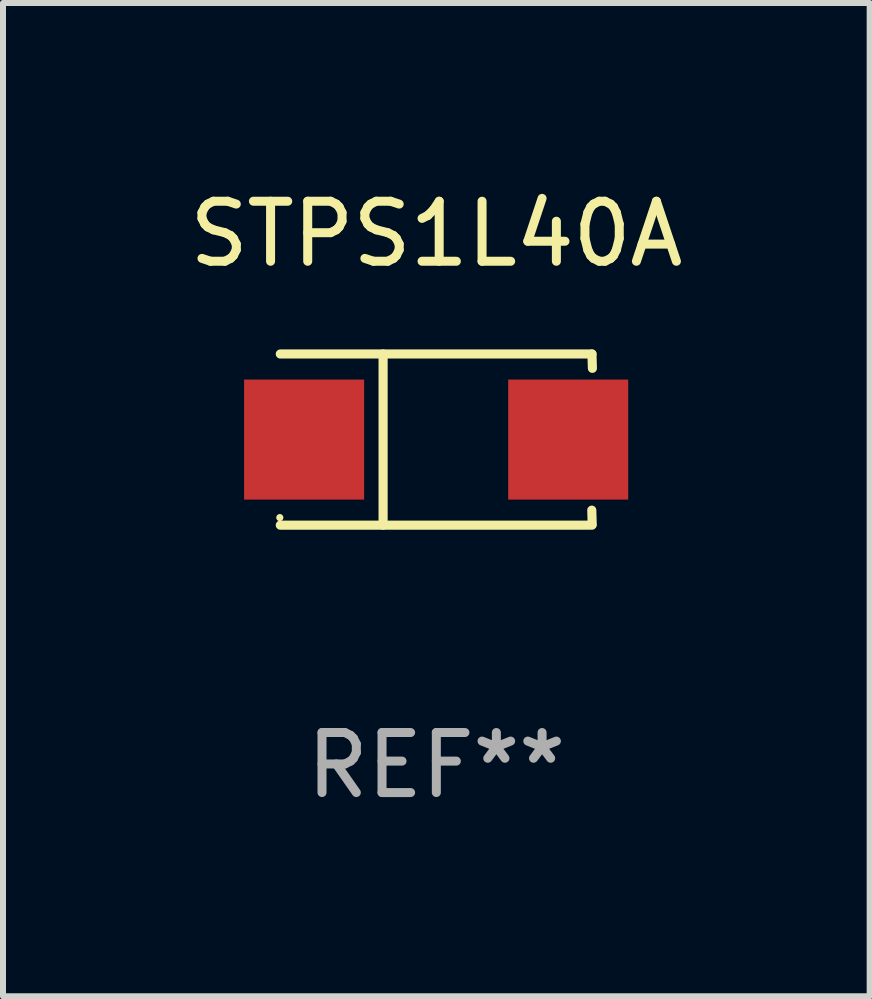
<source format=kicad_pcb>
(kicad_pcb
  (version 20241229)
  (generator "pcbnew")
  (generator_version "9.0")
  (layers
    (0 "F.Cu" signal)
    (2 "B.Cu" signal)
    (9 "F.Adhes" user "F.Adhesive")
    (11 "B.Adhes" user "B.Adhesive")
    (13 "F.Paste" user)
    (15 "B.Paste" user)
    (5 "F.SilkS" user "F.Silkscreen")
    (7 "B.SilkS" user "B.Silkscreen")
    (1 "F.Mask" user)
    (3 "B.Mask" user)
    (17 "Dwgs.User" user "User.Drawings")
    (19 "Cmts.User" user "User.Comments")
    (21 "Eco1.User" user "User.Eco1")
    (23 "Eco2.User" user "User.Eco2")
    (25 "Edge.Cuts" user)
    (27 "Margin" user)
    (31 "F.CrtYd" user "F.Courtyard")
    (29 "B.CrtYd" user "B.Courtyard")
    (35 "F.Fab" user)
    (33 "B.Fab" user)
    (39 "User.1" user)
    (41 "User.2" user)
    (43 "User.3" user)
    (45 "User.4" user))
  (footprint "STPS1L40A"
    (layer "F.Cu")
    (at 4.22 4.274)
    (property "Reference" "STPS1L40A" (at 0 -3.426 0) (layer "F.SilkS") (effects (font (size 1 1) (thickness 0.15))))
    (attr through_hole)
    (fp_line (start -2.6 -1.426) (end 2.593 -1.426) (stroke (width 0.152) (type solid)) (layer "F.SilkS"))
    (fp_line (start -2.6 1.426) (end 2.593 1.426) (stroke (width 0.152) (type solid)) (layer "F.SilkS"))
    (fp_line (start -0.887 -1.426) (end -0.887 1.426) (stroke (width 0.152) (type solid)) (layer "F.SilkS"))
    (fp_line (start 2.59 1.176) (end 2.597 1.415) (stroke (width 0.152) (type solid)) (layer "F.SilkS"))
    (fp_line (start 2.593 -1.426) (end 2.6 -1.187) (stroke (width 0.152) (type solid)) (layer "F.SilkS"))
    (fp_circle (center -2.608 1.3) (end -2.578 1.3) (stroke (width 0.06) (type solid)) (fill no) (layer "F.SilkS"))
    (fp_text user "REF**" (at 0 5.426 0) (layer "F.Fab") (effects (font (size 1 1) (thickness 0.15))))
    (pad "1" smd rect (at -2.203 0 180) (size 2 2) (layers "F.Cu" "F.Mask" "F.Paste"))
    (pad "2" smd rect (at 2.197 0 180) (size 2 2) (layers "F.Cu" "F.Mask" "F.Paste")))
  (gr_rect
    (start -3 -3)
    (end 11.44 13.549)
    (stroke (width 0.1) (type default))
    (fill no)
    (layer "Edge.Cuts")))
</source>
